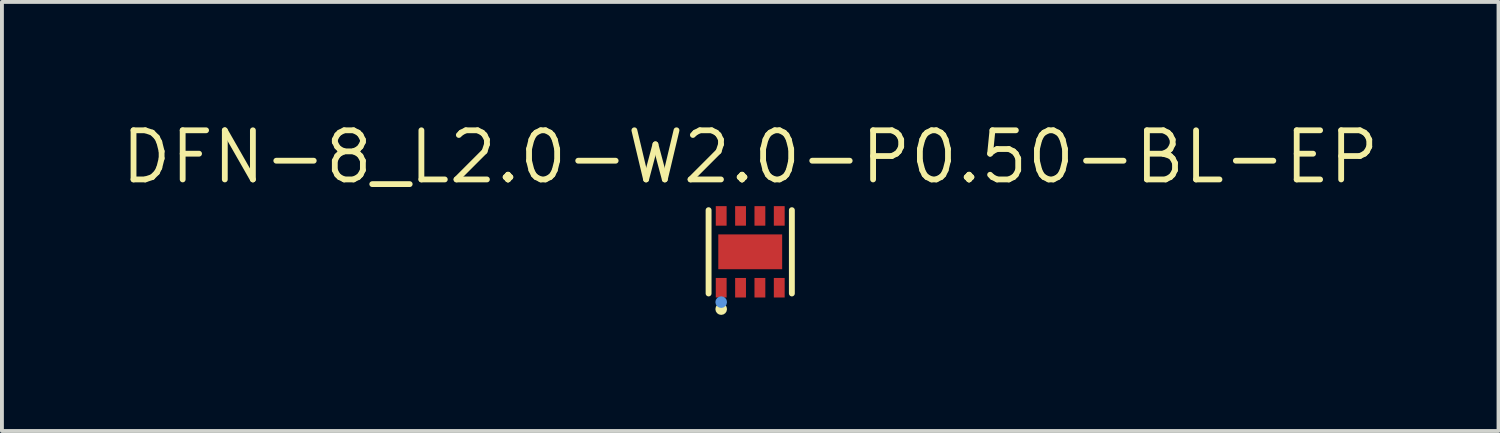
<source format=kicad_pcb>
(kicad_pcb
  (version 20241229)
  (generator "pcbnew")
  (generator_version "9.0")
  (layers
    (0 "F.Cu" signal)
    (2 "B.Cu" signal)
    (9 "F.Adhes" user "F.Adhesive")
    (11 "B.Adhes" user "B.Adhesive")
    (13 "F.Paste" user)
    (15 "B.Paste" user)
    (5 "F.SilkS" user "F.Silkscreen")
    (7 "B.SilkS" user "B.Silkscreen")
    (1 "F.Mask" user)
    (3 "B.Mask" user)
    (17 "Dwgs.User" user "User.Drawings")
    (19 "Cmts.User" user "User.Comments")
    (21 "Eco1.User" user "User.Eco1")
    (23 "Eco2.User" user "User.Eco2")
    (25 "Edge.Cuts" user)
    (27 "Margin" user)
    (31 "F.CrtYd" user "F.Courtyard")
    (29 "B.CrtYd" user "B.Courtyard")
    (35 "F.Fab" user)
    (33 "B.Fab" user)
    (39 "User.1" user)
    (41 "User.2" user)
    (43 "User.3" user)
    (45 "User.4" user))
  (footprint "DFN-8_L2.0-W2.0-P0.50-BL-EP"
    (layer "F.Cu")
    (at 16.336 3.457)
    (property "Reference" "DFN-8_L2.0-W2.0-P0.50-BL-EP" (at 0 -2.45 0) (layer "F.SilkS") (effects (font (size 1.27 1.27) (thickness 0.15))))
    (attr smd)
    (fp_line (start -1.076 1.076) (end -1.076 -1.076) (stroke (width 0.152) (type solid)) (layer "F.SilkS"))
    (fp_line (start 1.076 1.076) (end 1.076 -1.076) (stroke (width 0.152) (type solid)) (layer "F.SilkS"))
    (fp_circle (center -0.75 1.48) (end -0.675 1.48) (stroke (width 0.15) (type solid)) (fill no) (layer "F.SilkS"))
    (fp_circle (center -0.75 1.3) (end -0.675 1.3) (stroke (width 0.15) (type solid)) (fill no) (layer "Cmts.User"))
    (fp_text user "" (at 0 0 0) (layer "Cmts.User") (effects (font (size 1 1) (thickness 0.15))))
    (pad "1" smd rect (at -0.75 0.928) (size 0.28 0.505) (layers "F.Cu" "F.Mask" "F.Paste"))
    (pad "2" smd rect (at -0.25 0.928) (size 0.28 0.505) (layers "F.Cu" "F.Mask" "F.Paste"))
    (pad "3" smd rect (at 0.25 0.928) (size 0.28 0.505) (layers "F.Cu" "F.Mask" "F.Paste"))
    (pad "4" smd rect (at 0.75 0.928) (size 0.28 0.505) (layers "F.Cu" "F.Mask" "F.Paste"))
    (pad "5" smd rect (at 0.75 -0.928) (size 0.28 0.505) (layers "F.Cu" "F.Mask" "F.Paste"))
    (pad "6" smd rect (at 0.25 -0.928) (size 0.28 0.505) (layers "F.Cu" "F.Mask" "F.Paste"))
    (pad "7" smd rect (at -0.25 -0.928) (size 0.28 0.505) (layers "F.Cu" "F.Mask" "F.Paste"))
    (pad "8" smd rect (at -0.75 -0.928) (size 0.28 0.505) (layers "F.Cu" "F.Mask" "F.Paste"))
    (pad "9" smd rect (at 0 0) (size 1.65 0.9) (layers "F.Cu" "F.Mask" "F.Paste")))
  (gr_rect
    (start -3 -3)
    (end 35.672 8.087)
    (stroke (width 0.1) (type default))
    (fill no)
    (layer "Edge.Cuts")))
</source>
